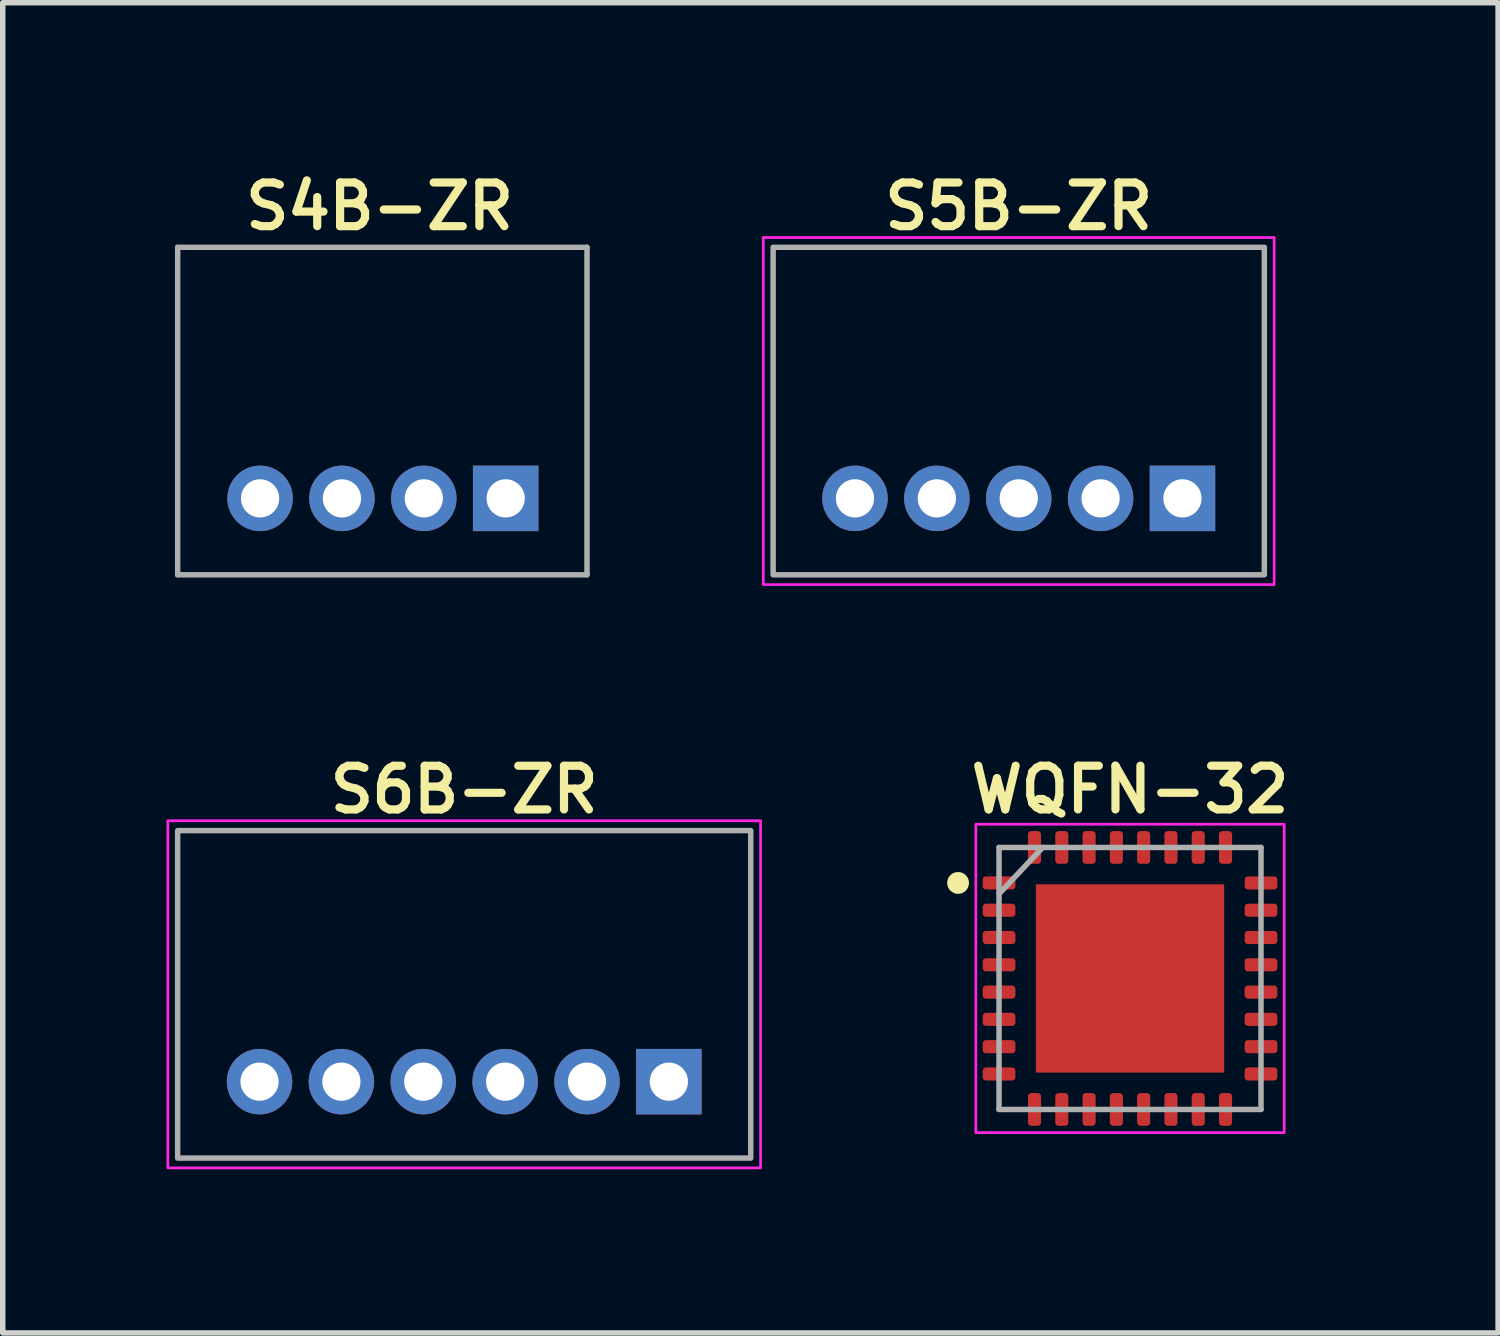
<source format=kicad_pcb>
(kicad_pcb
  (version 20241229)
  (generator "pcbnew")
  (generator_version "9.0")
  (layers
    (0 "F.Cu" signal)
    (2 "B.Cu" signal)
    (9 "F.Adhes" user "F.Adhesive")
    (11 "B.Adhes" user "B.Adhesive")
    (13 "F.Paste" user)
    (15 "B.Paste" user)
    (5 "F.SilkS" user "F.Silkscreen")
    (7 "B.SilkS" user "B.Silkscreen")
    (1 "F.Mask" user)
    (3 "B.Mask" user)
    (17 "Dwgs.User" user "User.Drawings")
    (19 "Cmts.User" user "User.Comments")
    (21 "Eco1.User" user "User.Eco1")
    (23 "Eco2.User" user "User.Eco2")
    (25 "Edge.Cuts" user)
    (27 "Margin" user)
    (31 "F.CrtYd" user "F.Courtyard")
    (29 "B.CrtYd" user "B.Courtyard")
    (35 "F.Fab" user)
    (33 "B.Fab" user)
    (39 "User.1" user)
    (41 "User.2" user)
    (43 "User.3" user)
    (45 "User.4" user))
  (footprint "S6B-ZR"
    (layer "F.Cu")
    (at 5.455 15.168)
    (property "Reference" "S6B-ZR" (at 0 -3.75 0) (unlocked yes) (layer "F.SilkS") (effects (font (size 0.8 0.8) (thickness 0.15) (bold yes))))
    (attr smd)
    (fp_rect (start -5.43 -3.18) (end 5.43 3.18) (stroke (width 0.05) (type default)) (fill no) (layer "F.CrtYd"))
    (fp_rect (start -5.25 -3) (end 5.25 3) (stroke (width 0.1) (type default)) (fill no) (layer "F.Fab"))
    (fp_text user "${REFERENCE}" (at 0 0 0) (unlocked yes) (layer "User.8") (effects (font (size 1 1) (thickness 0.15))))
    (pad "1" thru_hole rect (at 3.75 1.6) (size 1.2 1.2) (drill 0.7) (layers "*.Cu" "*.Mask"))
    (pad "2" thru_hole circle (at 2.25 1.6) (size 1.2 1.2) (drill 0.7) (layers "*.Cu" "*.Mask"))
    (pad "3" thru_hole circle (at 0.75 1.6) (size 1.2 1.2) (drill 0.7) (layers "*.Cu" "*.Mask"))
    (pad "4" thru_hole circle (at -0.75 1.6) (size 1.2 1.2) (drill 0.7) (layers "*.Cu" "*.Mask"))
    (pad "5" thru_hole circle (at -2.25 1.6) (size 1.2 1.2) (drill 0.7) (layers "*.Cu" "*.Mask"))
    (pad "6" thru_hole circle (at -3.75 1.6 180) (size 1.2 1.2) (drill 0.7) (layers "*.Cu" "*.Mask")))
  (footprint "S5B-ZR"
    (layer "F.Cu")
    (at 15.615 4.481)
    (property "Reference" "S5B-ZR" (at 0 -3.75 0) (unlocked yes) (layer "F.SilkS") (effects (font (size 0.8 0.8) (thickness 0.15) (bold yes))))
    (attr smd)
    (fp_rect (start -4.68 -3.18) (end 4.68 3.18) (stroke (width 0.05) (type default)) (fill no) (layer "F.CrtYd"))
    (fp_rect (start -4.5 -3) (end 4.5 3) (stroke (width 0.1) (type default)) (fill no) (layer "F.Fab"))
    (fp_text user "${REFERENCE}" (at 0 0 0) (unlocked yes) (layer "User.8") (effects (font (size 1 1) (thickness 0.15))))
    (pad "1" thru_hole circle (at -3 1.6 180) (size 1.2 1.2) (drill 0.7) (layers "*.Cu" "*.Mask"))
    (pad "1" thru_hole rect (at 3 1.6) (size 1.2 1.2) (drill 0.7) (layers "*.Cu" "*.Mask"))
    (pad "2" thru_hole circle (at 1.5 1.6) (size 1.2 1.2) (drill 0.7) (layers "*.Cu" "*.Mask"))
    (pad "3" thru_hole circle (at 0 1.6) (size 1.2 1.2) (drill 0.7) (layers "*.Cu" "*.Mask"))
    (pad "4" thru_hole circle (at -1.5 1.6) (size 1.2 1.2) (drill 0.7) (layers "*.Cu" "*.Mask")))
  (footprint "WQFN-32"
    (layer "F.Cu")
    (at 17.654 14.877)
    (property "Reference" "WQFN-32" (at 0 -3.46 0) (unlocked yes) (layer "F.SilkS") (effects (font (size 0.8 0.8) (thickness 0.15))))
    (attr smd)
    (fp_circle (center -3.15 -1.75) (end -2.95 -1.75) (stroke (width 0) (type solid)) (fill yes) (layer "F.SilkS"))
    (fp_rect (start -2.825 -2.825) (end 2.825 2.825) (stroke (width 0.05) (type default)) (fill no) (layer "F.CrtYd"))
    (fp_line (start -2.4 -2.4) (end 2.4 -2.4) (stroke (width 0.1) (type solid)) (layer "F.Fab"))
    (fp_line (start -2.4 -1.55) (end -1.6 -2.4) (stroke (width 0.1) (type solid)) (layer "F.Fab"))
    (fp_line (start -2.4 2.4) (end -2.4 -2.4) (stroke (width 0.1) (type solid)) (layer "F.Fab"))
    (fp_line (start 2.4 -2.4) (end 2.4 2.4) (stroke (width 0.1) (type solid)) (layer "F.Fab"))
    (fp_line (start 2.4 2.4) (end -2.4 2.4) (stroke (width 0.1) (type solid)) (layer "F.Fab"))
    (fp_text user "${REFERENCE}" (at 0 0 0) (unlocked yes) (layer "User.8") (effects (font (size 1 1) (thickness 0.15))))
    (pad "" smd roundrect (at -0.845 -0.845) (size 1.49 1.49) (layers "F.Paste") (roundrect_rratio 0.168))
    (pad "" smd roundrect (at -0.845 0.845) (size 1.49 1.49) (layers "F.Paste") (roundrect_rratio 0.168))
    (pad "" smd roundrect (at 0.845 -0.845) (size 1.49 1.49) (layers "F.Paste") (roundrect_rratio 0.168))
    (pad "" smd roundrect (at 0.845 0.845) (size 1.49 1.49) (layers "F.Paste") (roundrect_rratio 0.168))
    (pad "1" smd roundrect (at -2.4 -1.75) (size 0.6 0.24) (layers "F.Cu" "F.Mask" "F.Paste") (roundrect_rratio 0.25))
    (pad "2" smd roundrect (at -2.4 -1.25) (size 0.6 0.24) (layers "F.Cu" "F.Mask" "F.Paste") (roundrect_rratio 0.25))
    (pad "3" smd roundrect (at -2.4 -0.75) (size 0.6 0.24) (layers "F.Cu" "F.Mask" "F.Paste") (roundrect_rratio 0.25))
    (pad "4" smd roundrect (at -2.4 -0.25) (size 0.6 0.24) (layers "F.Cu" "F.Mask" "F.Paste") (roundrect_rratio 0.25))
    (pad "5" smd roundrect (at -2.4 0.25) (size 0.6 0.24) (layers "F.Cu" "F.Mask" "F.Paste") (roundrect_rratio 0.25))
    (pad "6" smd roundrect (at -2.4 0.75) (size 0.6 0.24) (layers "F.Cu" "F.Mask" "F.Paste") (roundrect_rratio 0.25))
    (pad "7" smd roundrect (at -2.4 1.25) (size 0.6 0.24) (layers "F.Cu" "F.Mask" "F.Paste") (roundrect_rratio 0.25))
    (pad "8" smd roundrect (at -2.4 1.75) (size 0.6 0.24) (layers "F.Cu" "F.Mask" "F.Paste") (roundrect_rratio 0.25))
    (pad "9" smd roundrect (at -1.75 2.4) (size 0.24 0.6) (layers "F.Cu" "F.Mask" "F.Paste") (roundrect_rratio 0.25))
    (pad "10" smd roundrect (at -1.25 2.4) (size 0.24 0.6) (layers "F.Cu" "F.Mask" "F.Paste") (roundrect_rratio 0.25))
    (pad "11" smd roundrect (at -0.75 2.4) (size 0.24 0.6) (layers "F.Cu" "F.Mask" "F.Paste") (roundrect_rratio 0.25))
    (pad "12" smd roundrect (at -0.25 2.4) (size 0.24 0.6) (layers "F.Cu" "F.Mask" "F.Paste") (roundrect_rratio 0.25))
    (pad "13" smd roundrect (at 0.25 2.4) (size 0.24 0.6) (layers "F.Cu" "F.Mask" "F.Paste") (roundrect_rratio 0.25))
    (pad "14" smd roundrect (at 0.75 2.4) (size 0.24 0.6) (layers "F.Cu" "F.Mask" "F.Paste") (roundrect_rratio 0.25))
    (pad "15" smd roundrect (at 1.25 2.4) (size 0.24 0.6) (layers "F.Cu" "F.Mask" "F.Paste") (roundrect_rratio 0.25))
    (pad "16" smd roundrect (at 1.75 2.4) (size 0.24 0.6) (layers "F.Cu" "F.Mask" "F.Paste") (roundrect_rratio 0.25))
    (pad "17" smd roundrect (at 2.4 1.75) (size 0.6 0.24) (layers "F.Cu" "F.Mask" "F.Paste") (roundrect_rratio 0.25))
    (pad "18" smd roundrect (at 2.4 1.25) (size 0.6 0.24) (layers "F.Cu" "F.Mask" "F.Paste") (roundrect_rratio 0.25))
    (pad "19" smd roundrect (at 2.4 0.75) (size 0.6 0.24) (layers "F.Cu" "F.Mask" "F.Paste") (roundrect_rratio 0.25))
    (pad "20" smd roundrect (at 2.4 0.25) (size 0.6 0.24) (layers "F.Cu" "F.Mask" "F.Paste") (roundrect_rratio 0.25))
    (pad "21" smd roundrect (at 2.4 -0.25) (size 0.6 0.24) (layers "F.Cu" "F.Mask" "F.Paste") (roundrect_rratio 0.25))
    (pad "22" smd roundrect (at 2.4 -0.75) (size 0.6 0.24) (layers "F.Cu" "F.Mask" "F.Paste") (roundrect_rratio 0.25))
    (pad "23" smd roundrect (at 2.4 -1.25) (size 0.6 0.24) (layers "F.Cu" "F.Mask" "F.Paste") (roundrect_rratio 0.25))
    (pad "24" smd roundrect (at 2.4 -1.75) (size 0.6 0.24) (layers "F.Cu" "F.Mask" "F.Paste") (roundrect_rratio 0.25))
    (pad "25" smd roundrect (at 1.75 -2.4) (size 0.24 0.6) (layers "F.Cu" "F.Mask" "F.Paste") (roundrect_rratio 0.25))
    (pad "26" smd roundrect (at 1.25 -2.4) (size 0.24 0.6) (layers "F.Cu" "F.Mask" "F.Paste") (roundrect_rratio 0.25))
    (pad "27" smd roundrect (at 0.75 -2.4) (size 0.24 0.6) (layers "F.Cu" "F.Mask" "F.Paste") (roundrect_rratio 0.25))
    (pad "28" smd roundrect (at 0.25 -2.4) (size 0.24 0.6) (layers "F.Cu" "F.Mask" "F.Paste") (roundrect_rratio 0.25))
    (pad "29" smd roundrect (at -0.25 -2.4) (size 0.24 0.6) (layers "F.Cu" "F.Mask" "F.Paste") (roundrect_rratio 0.25))
    (pad "30" smd roundrect (at -0.75 -2.4) (size 0.24 0.6) (layers "F.Cu" "F.Mask" "F.Paste") (roundrect_rratio 0.25))
    (pad "31" smd roundrect (at -1.25 -2.4) (size 0.24 0.6) (layers "F.Cu" "F.Mask" "F.Paste") (roundrect_rratio 0.25))
    (pad "32" smd roundrect (at -1.75 -2.4) (size 0.24 0.6) (layers "F.Cu" "F.Mask" "F.Paste") (roundrect_rratio 0.25))
    (pad "33" smd rect (at 0 0) (size 3.45 3.45) (property pad_prop_heatsink) (layers "F.Cu" "F.Mask")))
  (footprint "S4B-ZR"
    (layer "F.Cu")
    (at 3.905 4.411)
    (property "Reference" "S4B-ZR" (at 0 -3.68 0) (unlocked yes) (layer "F.SilkS") (effects (font (size 0.8 0.8) (thickness 0.15) (bold yes))))
    (attr smd)
    (fp_rect (start -3.88 -3.11) (end 3.98 3.25) (stroke (width 0.05) (type default)) (fill no) (layer "Margin"))
    (fp_line (start -3.7 -2.93) (end -3.7 3.07) (stroke (width 0.1) (type solid)) (layer "F.Fab"))
    (fp_line (start -3.7 -2.93) (end 3.8 -2.93) (stroke (width 0.1) (type solid)) (layer "F.Fab"))
    (fp_line (start -3.7 3.07) (end 3.8 3.07) (stroke (width 0.1) (type solid)) (layer "F.Fab"))
    (fp_line (start 3.8 -2.93) (end 3.8 3.07) (stroke (width 0.1) (type solid)) (layer "F.Fab"))
    (fp_text user "${REFERENCE}" (at 0 0 0) (unlocked yes) (layer "User.8") (effects (font (size 1 1) (thickness 0.15))))
    (pad "1" thru_hole rect (at 2.31 1.67) (size 1.2 1.2) (drill 0.7) (layers "*.Cu" "*.Mask"))
    (pad "2" thru_hole circle (at 0.81 1.67) (size 1.2 1.2) (drill 0.7) (layers "*.Cu" "*.Mask"))
    (pad "3" thru_hole circle (at -0.69 1.67) (size 1.2 1.2) (drill 0.7) (layers "*.Cu" "*.Mask"))
    (pad "4" thru_hole circle (at -2.19 1.67 180) (size 1.2 1.2) (drill 0.7) (layers "*.Cu" "*.Mask")))
  (gr_rect
    (start -3 -3)
    (end 24.398 21.372)
    (stroke (width 0.1) (type default))
    (fill no)
    (layer "Edge.Cuts")))
</source>
